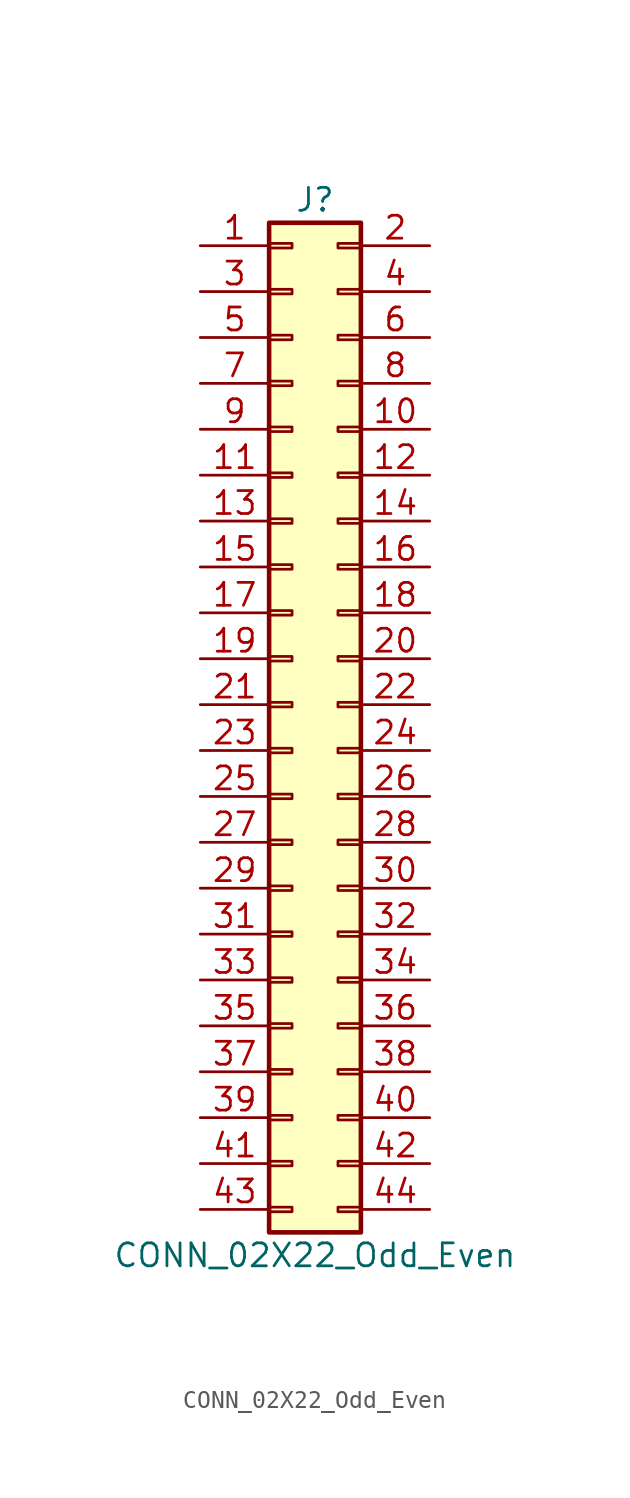
<source format=kicad_sym>
(kicad_symbol_lib
  (version 20211014)
  (generator kicad_symbol_editor)
  (symbol "CONN_02X22_Odd_Even"
    (pin_names
      (offset 1.016) hide)
    (property "Reference" "J"
      (at 1.27 27.94 0)
      (effects (font (size 1.27 1.27))))
    (property "Value" "CONN_02X22_Odd_Even"
      (at 1.27 -30.48 0)
      (effects (font (size 1.27 1.27))))
    (symbol "CONN_02X22_Odd_Even_1_1"
      (rectangle (start -1.27 -27.813) (end 0 -28.067) (stroke (width 0.152) (type default) (color 0 0 0 0)) (fill (type none)))
      (rectangle (start -1.27 -25.273) (end 0 -25.527) (stroke (width 0.152) (type default) (color 0 0 0 0)) (fill (type none)))
      (rectangle (start -1.27 -22.733) (end 0 -22.987) (stroke (width 0.152) (type default) (color 0 0 0 0)) (fill (type none)))
      (rectangle (start -1.27 -20.193) (end 0 -20.447) (stroke (width 0.152) (type default) (color 0 0 0 0)) (fill (type none)))
      (rectangle (start -1.27 -17.653) (end 0 -17.907) (stroke (width 0.152) (type default) (color 0 0 0 0)) (fill (type none)))
      (rectangle (start -1.27 -15.113) (end 0 -15.367) (stroke (width 0.152) (type default) (color 0 0 0 0)) (fill (type none)))
      (rectangle (start -1.27 -12.573) (end 0 -12.827) (stroke (width 0.152) (type default) (color 0 0 0 0)) (fill (type none)))
      (rectangle (start -1.27 -10.033) (end 0 -10.287) (stroke (width 0.152) (type default) (color 0 0 0 0)) (fill (type none)))
      (rectangle (start -1.27 -7.493) (end 0 -7.747) (stroke (width 0.152) (type default) (color 0 0 0 0)) (fill (type none)))
      (rectangle (start -1.27 -4.953) (end 0 -5.207) (stroke (width 0.152) (type default) (color 0 0 0 0)) (fill (type none)))
      (rectangle (start -1.27 -2.413) (end 0 -2.667) (stroke (width 0.152) (type default) (color 0 0 0 0)) (fill (type none)))
      (rectangle (start -1.27 0.127) (end 0 -0.127) (stroke (width 0.152) (type default) (color 0 0 0 0)) (fill (type none)))
      (rectangle (start -1.27 2.667) (end 0 2.413) (stroke (width 0.152) (type default) (color 0 0 0 0)) (fill (type none)))
      (rectangle (start -1.27 5.207) (end 0 4.953) (stroke (width 0.152) (type default) (color 0 0 0 0)) (fill (type none)))
      (rectangle (start -1.27 7.747) (end 0 7.493) (stroke (width 0.152) (type default) (color 0 0 0 0)) (fill (type none)))
      (rectangle (start -1.27 10.287) (end 0 10.033) (stroke (width 0.152) (type default) (color 0 0 0 0)) (fill (type none)))
      (rectangle (start -1.27 12.827) (end 0 12.573) (stroke (width 0.152) (type default) (color 0 0 0 0)) (fill (type none)))
      (rectangle (start -1.27 15.367) (end 0 15.113) (stroke (width 0.152) (type default) (color 0 0 0 0)) (fill (type none)))
      (rectangle (start -1.27 17.907) (end 0 17.653) (stroke (width 0.152) (type default) (color 0 0 0 0)) (fill (type none)))
      (rectangle (start -1.27 20.447) (end 0 20.193) (stroke (width 0.152) (type default) (color 0 0 0 0)) (fill (type none)))
      (rectangle (start -1.27 22.987) (end 0 22.733) (stroke (width 0.152) (type default) (color 0 0 0 0)) (fill (type none)))
      (rectangle (start -1.27 25.527) (end 0 25.273) (stroke (width 0.152) (type default) (color 0 0 0 0)) (fill (type none)))
      (rectangle (start -1.27 26.67) (end 3.81 -29.21) (stroke (width 0.254) (type default) (color 0 0 0 0)) (fill (type background)))
      (rectangle (start 3.81 -27.813) (end 2.54 -28.067) (stroke (width 0.152) (type default) (color 0 0 0 0)) (fill (type none)))
      (rectangle (start 3.81 -25.273) (end 2.54 -25.527) (stroke (width 0.152) (type default) (color 0 0 0 0)) (fill (type none)))
      (rectangle (start 3.81 -22.733) (end 2.54 -22.987) (stroke (width 0.152) (type default) (color 0 0 0 0)) (fill (type none)))
      (rectangle (start 3.81 -20.193) (end 2.54 -20.447) (stroke (width 0.152) (type default) (color 0 0 0 0)) (fill (type none)))
      (rectangle (start 3.81 -17.653) (end 2.54 -17.907) (stroke (width 0.152) (type default) (color 0 0 0 0)) (fill (type none)))
      (rectangle (start 3.81 -15.113) (end 2.54 -15.367) (stroke (width 0.152) (type default) (color 0 0 0 0)) (fill (type none)))
      (rectangle (start 3.81 -12.573) (end 2.54 -12.827) (stroke (width 0.152) (type default) (color 0 0 0 0)) (fill (type none)))
      (rectangle (start 3.81 -10.033) (end 2.54 -10.287) (stroke (width 0.152) (type default) (color 0 0 0 0)) (fill (type none)))
      (rectangle (start 3.81 -7.493) (end 2.54 -7.747) (stroke (width 0.152) (type default) (color 0 0 0 0)) (fill (type none)))
      (rectangle (start 3.81 -4.953) (end 2.54 -5.207) (stroke (width 0.152) (type default) (color 0 0 0 0)) (fill (type none)))
      (rectangle (start 3.81 -2.413) (end 2.54 -2.667) (stroke (width 0.152) (type default) (color 0 0 0 0)) (fill (type none)))
      (rectangle (start 3.81 0.127) (end 2.54 -0.127) (stroke (width 0.152) (type default) (color 0 0 0 0)) (fill (type none)))
      (rectangle (start 3.81 2.667) (end 2.54 2.413) (stroke (width 0.152) (type default) (color 0 0 0 0)) (fill (type none)))
      (rectangle (start 3.81 5.207) (end 2.54 4.953) (stroke (width 0.152) (type default) (color 0 0 0 0)) (fill (type none)))
      (rectangle (start 3.81 7.747) (end 2.54 7.493) (stroke (width 0.152) (type default) (color 0 0 0 0)) (fill (type none)))
      (rectangle (start 3.81 10.287) (end 2.54 10.033) (stroke (width 0.152) (type default) (color 0 0 0 0)) (fill (type none)))
      (rectangle (start 3.81 12.827) (end 2.54 12.573) (stroke (width 0.152) (type default) (color 0 0 0 0)) (fill (type none)))
      (rectangle (start 3.81 15.367) (end 2.54 15.113) (stroke (width 0.152) (type default) (color 0 0 0 0)) (fill (type none)))
      (rectangle (start 3.81 17.907) (end 2.54 17.653) (stroke (width 0.152) (type default) (color 0 0 0 0)) (fill (type none)))
      (rectangle (start 3.81 20.447) (end 2.54 20.193) (stroke (width 0.152) (type default) (color 0 0 0 0)) (fill (type none)))
      (rectangle (start 3.81 22.987) (end 2.54 22.733) (stroke (width 0.152) (type default) (color 0 0 0 0)) (fill (type none)))
      (rectangle (start 3.81 25.527) (end 2.54 25.273) (stroke (width 0.152) (type default) (color 0 0 0 0)) (fill (type none)))
      (pin passive line (at -5.08 25.4 0) (length 3.81) (name "Pin_1" (effects (font (size 1.27 1.27)))) (number "1" (effects (font (size 1.27 1.27)))))
      (pin passive line (at 7.62 15.24 180) (length 3.81) (name "Pin_10" (effects (font (size 1.27 1.27)))) (number "10" (effects (font (size 1.27 1.27)))))
      (pin passive line (at -5.08 12.7 0) (length 3.81) (name "Pin_11" (effects (font (size 1.27 1.27)))) (number "11" (effects (font (size 1.27 1.27)))))
      (pin passive line (at 7.62 12.7 180) (length 3.81) (name "Pin_12" (effects (font (size 1.27 1.27)))) (number "12" (effects (font (size 1.27 1.27)))))
      (pin passive line (at -5.08 10.16 0) (length 3.81) (name "Pin_13" (effects (font (size 1.27 1.27)))) (number "13" (effects (font (size 1.27 1.27)))))
      (pin passive line (at 7.62 10.16 180) (length 3.81) (name "Pin_14" (effects (font (size 1.27 1.27)))) (number "14" (effects (font (size 1.27 1.27)))))
      (pin passive line (at -5.08 7.62 0) (length 3.81) (name "Pin_15" (effects (font (size 1.27 1.27)))) (number "15" (effects (font (size 1.27 1.27)))))
      (pin passive line (at 7.62 7.62 180) (length 3.81) (name "Pin_16" (effects (font (size 1.27 1.27)))) (number "16" (effects (font (size 1.27 1.27)))))
      (pin passive line (at -5.08 5.08 0) (length 3.81) (name "Pin_17" (effects (font (size 1.27 1.27)))) (number "17" (effects (font (size 1.27 1.27)))))
      (pin passive line (at 7.62 5.08 180) (length 3.81) (name "Pin_18" (effects (font (size 1.27 1.27)))) (number "18" (effects (font (size 1.27 1.27)))))
      (pin passive line (at -5.08 2.54 0) (length 3.81) (name "Pin_19" (effects (font (size 1.27 1.27)))) (number "19" (effects (font (size 1.27 1.27)))))
      (pin passive line (at 7.62 25.4 180) (length 3.81) (name "Pin_2" (effects (font (size 1.27 1.27)))) (number "2" (effects (font (size 1.27 1.27)))))
      (pin passive line (at 7.62 2.54 180) (length 3.81) (name "Pin_20" (effects (font (size 1.27 1.27)))) (number "20" (effects (font (size 1.27 1.27)))))
      (pin passive line (at -5.08 0 0) (length 3.81) (name "Pin_21" (effects (font (size 1.27 1.27)))) (number "21" (effects (font (size 1.27 1.27)))))
      (pin passive line (at 7.62 0 180) (length 3.81) (name "Pin_22" (effects (font (size 1.27 1.27)))) (number "22" (effects (font (size 1.27 1.27)))))
      (pin passive line (at -5.08 -2.54 0) (length 3.81) (name "Pin_23" (effects (font (size 1.27 1.27)))) (number "23" (effects (font (size 1.27 1.27)))))
      (pin passive line (at 7.62 -2.54 180) (length 3.81) (name "Pin_24" (effects (font (size 1.27 1.27)))) (number "24" (effects (font (size 1.27 1.27)))))
      (pin passive line (at -5.08 -5.08 0) (length 3.81) (name "Pin_25" (effects (font (size 1.27 1.27)))) (number "25" (effects (font (size 1.27 1.27)))))
      (pin passive line (at 7.62 -5.08 180) (length 3.81) (name "Pin_26" (effects (font (size 1.27 1.27)))) (number "26" (effects (font (size 1.27 1.27)))))
      (pin passive line (at -5.08 -7.62 0) (length 3.81) (name "Pin_27" (effects (font (size 1.27 1.27)))) (number "27" (effects (font (size 1.27 1.27)))))
      (pin passive line (at 7.62 -7.62 180) (length 3.81) (name "Pin_28" (effects (font (size 1.27 1.27)))) (number "28" (effects (font (size 1.27 1.27)))))
      (pin passive line (at -5.08 -10.16 0) (length 3.81) (name "Pin_29" (effects (font (size 1.27 1.27)))) (number "29" (effects (font (size 1.27 1.27)))))
      (pin passive line (at -5.08 22.86 0) (length 3.81) (name "Pin_3" (effects (font (size 1.27 1.27)))) (number "3" (effects (font (size 1.27 1.27)))))
      (pin passive line (at 7.62 -10.16 180) (length 3.81) (name "Pin_30" (effects (font (size 1.27 1.27)))) (number "30" (effects (font (size 1.27 1.27)))))
      (pin passive line (at -5.08 -12.7 0) (length 3.81) (name "Pin_31" (effects (font (size 1.27 1.27)))) (number "31" (effects (font (size 1.27 1.27)))))
      (pin passive line (at 7.62 -12.7 180) (length 3.81) (name "Pin_32" (effects (font (size 1.27 1.27)))) (number "32" (effects (font (size 1.27 1.27)))))
      (pin passive line (at -5.08 -15.24 0) (length 3.81) (name "Pin_33" (effects (font (size 1.27 1.27)))) (number "33" (effects (font (size 1.27 1.27)))))
      (pin passive line (at 7.62 -15.24 180) (length 3.81) (name "Pin_34" (effects (font (size 1.27 1.27)))) (number "34" (effects (font (size 1.27 1.27)))))
      (pin passive line (at -5.08 -17.78 0) (length 3.81) (name "Pin_35" (effects (font (size 1.27 1.27)))) (number "35" (effects (font (size 1.27 1.27)))))
      (pin passive line (at 7.62 -17.78 180) (length 3.81) (name "Pin_36" (effects (font (size 1.27 1.27)))) (number "36" (effects (font (size 1.27 1.27)))))
      (pin passive line (at -5.08 -20.32 0) (length 3.81) (name "Pin_37" (effects (font (size 1.27 1.27)))) (number "37" (effects (font (size 1.27 1.27)))))
      (pin passive line (at 7.62 -20.32 180) (length 3.81) (name "Pin_38" (effects (font (size 1.27 1.27)))) (number "38" (effects (font (size 1.27 1.27)))))
      (pin passive line (at -5.08 -22.86 0) (length 3.81) (name "Pin_39" (effects (font (size 1.27 1.27)))) (number "39" (effects (font (size 1.27 1.27)))))
      (pin passive line (at 7.62 22.86 180) (length 3.81) (name "Pin_4" (effects (font (size 1.27 1.27)))) (number "4" (effects (font (size 1.27 1.27)))))
      (pin passive line (at 7.62 -22.86 180) (length 3.81) (name "Pin_40" (effects (font (size 1.27 1.27)))) (number "40" (effects (font (size 1.27 1.27)))))
      (pin passive line (at -5.08 -25.4 0) (length 3.81) (name "Pin_41" (effects (font (size 1.27 1.27)))) (number "41" (effects (font (size 1.27 1.27)))))
      (pin passive line (at 7.62 -25.4 180) (length 3.81) (name "Pin_42" (effects (font (size 1.27 1.27)))) (number "42" (effects (font (size 1.27 1.27)))))
      (pin passive line (at -5.08 -27.94 0) (length 3.81) (name "Pin_43" (effects (font (size 1.27 1.27)))) (number "43" (effects (font (size 1.27 1.27)))))
      (pin passive line (at 7.62 -27.94 180) (length 3.81) (name "Pin_44" (effects (font (size 1.27 1.27)))) (number "44" (effects (font (size 1.27 1.27)))))
      (pin passive line (at -5.08 20.32 0) (length 3.81) (name "Pin_5" (effects (font (size 1.27 1.27)))) (number "5" (effects (font (size 1.27 1.27)))))
      (pin passive line (at 7.62 20.32 180) (length 3.81) (name "Pin_6" (effects (font (size 1.27 1.27)))) (number "6" (effects (font (size 1.27 1.27)))))
      (pin passive line (at -5.08 17.78 0) (length 3.81) (name "Pin_7" (effects (font (size 1.27 1.27)))) (number "7" (effects (font (size 1.27 1.27)))))
      (pin passive line (at 7.62 17.78 180) (length 3.81) (name "Pin_8" (effects (font (size 1.27 1.27)))) (number "8" (effects (font (size 1.27 1.27)))))
      (pin passive line (at -5.08 15.24 0) (length 3.81) (name "Pin_9" (effects (font (size 1.27 1.27)))) (number "9" (effects (font (size 1.27 1.27))))))))
</source>
